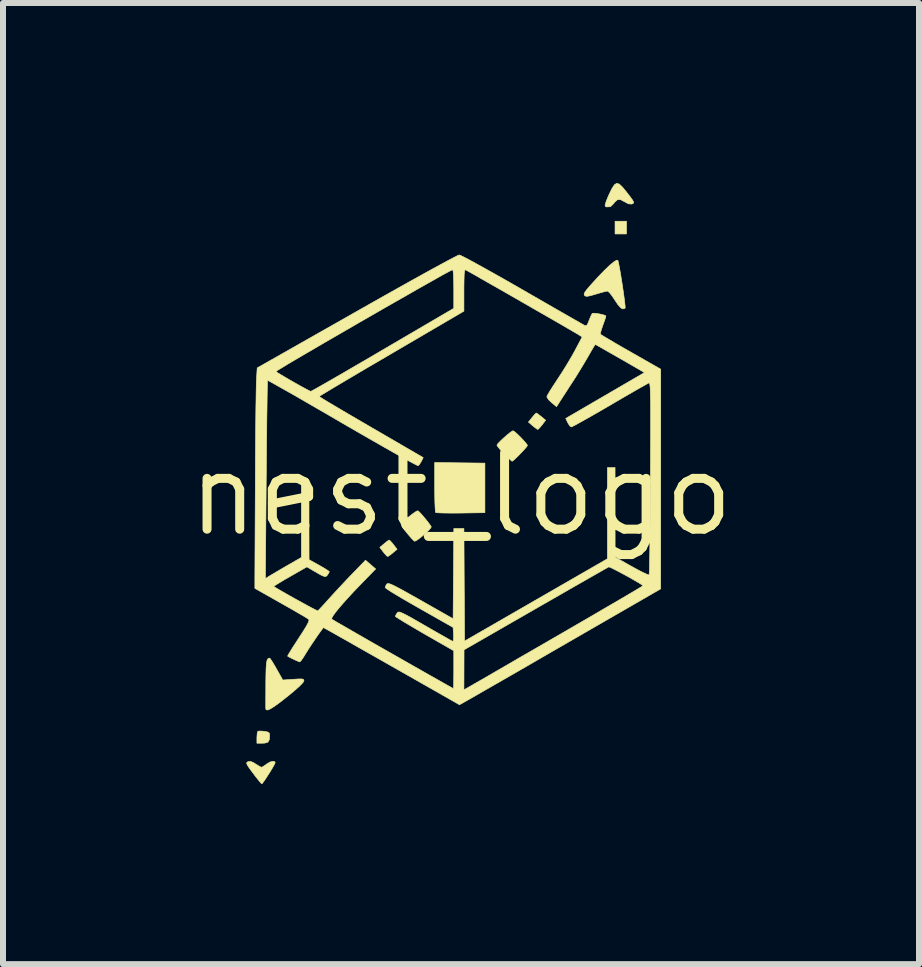
<source format=kicad_pcb>
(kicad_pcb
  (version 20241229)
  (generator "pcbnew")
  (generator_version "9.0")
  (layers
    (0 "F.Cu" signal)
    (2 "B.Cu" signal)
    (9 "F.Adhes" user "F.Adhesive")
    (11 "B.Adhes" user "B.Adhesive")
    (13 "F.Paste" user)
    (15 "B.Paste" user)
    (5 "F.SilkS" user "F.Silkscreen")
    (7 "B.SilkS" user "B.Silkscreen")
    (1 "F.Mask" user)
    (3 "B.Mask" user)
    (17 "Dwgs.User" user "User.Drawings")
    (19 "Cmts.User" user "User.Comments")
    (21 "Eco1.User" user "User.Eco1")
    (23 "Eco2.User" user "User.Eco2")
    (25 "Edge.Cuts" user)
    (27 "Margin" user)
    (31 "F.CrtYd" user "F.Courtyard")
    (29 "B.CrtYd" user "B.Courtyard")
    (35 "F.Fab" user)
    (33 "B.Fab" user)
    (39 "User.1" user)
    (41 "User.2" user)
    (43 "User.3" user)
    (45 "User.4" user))
  (footprint "nest_logo"
    (layer "F.Cu")
    (at 4.634 5.19)
    (property "Reference" "nest_logo" (at 0 0 0) (layer "F.SilkS") (effects (font (size 1.27 1.27) (thickness 0.15))))
    (attr through_hole board_only)
    (fp_poly (pts (xy 2.758 -4.341) (xy 2.567 -4.341) (xy 2.567 -4.553) (xy 2.758 -4.553) (xy 2.758 -4.341)) (stroke (width 0.01) (type solid)) (fill yes) (layer "F.SilkS"))
    (fp_poly (pts (xy -3.301 3.947) (xy -3.279 3.95) (xy -3.223 3.96) (xy -3.197 3.978) (xy -3.19 4.011) (xy -3.19 4.021) (xy -3.196 4.091) (xy -3.219 4.13) (xy -3.268 4.145) (xy -3.309 4.147) (xy -3.402 4.147) (xy -3.402 4.053) (xy -3.398 3.993) (xy -3.39 3.955) (xy -3.385 3.948) (xy -3.355 3.944) (xy -3.301 3.947)) (stroke (width 0.01) (type solid)) (fill yes) (layer "F.SilkS"))
    (fp_poly (pts (xy -1.178 0.776) (xy -1.144 0.814) (xy -1.125 0.838) (xy -1.066 0.915) (xy -1.138 0.975) (xy -1.184 1.012) (xy -1.217 1.033) (xy -1.224 1.035) (xy -1.244 1.02) (xy -1.278 0.981) (xy -1.296 0.959) (xy -1.354 0.883) (xy -1.282 0.823) (xy -1.236 0.785) (xy -1.204 0.763) (xy -1.198 0.761) (xy -1.178 0.776)) (stroke (width 0.01) (type solid)) (fill yes) (layer "F.SilkS"))
    (fp_poly (pts (xy 1.276 -1.344) (xy 1.317 -1.312) (xy 1.338 -1.296) (xy 1.41 -1.236) (xy 1.351 -1.159) (xy 1.313 -1.113) (xy 1.285 -1.086) (xy 1.279 -1.082) (xy 1.256 -1.096) (xy 1.214 -1.128) (xy 1.194 -1.144) (xy 1.123 -1.205) (xy 1.184 -1.281) (xy 1.222 -1.326) (xy 1.249 -1.353) (xy 1.255 -1.356) (xy 1.276 -1.344)) (stroke (width 0.01) (type solid)) (fill yes) (layer "F.SilkS"))
    (fp_poly (pts (xy -0.02 -0.526) (xy 0.398 -0.521) (xy 0.398 0.305) (xy -0.006 0.311) (xy -0.133 0.312) (xy -0.244 0.311) (xy -0.335 0.309) (xy -0.397 0.306) (xy -0.424 0.302) (xy -0.424 0.302) (xy -0.428 0.277) (xy -0.432 0.217) (xy -0.436 0.127) (xy -0.438 0.016) (xy -0.439 -0.11) (xy -0.439 -0.123) (xy -0.439 -0.532) (xy -0.02 -0.526)) (stroke (width 0.01) (type solid)) (fill yes) (layer "F.SilkS"))
    (fp_poly (pts (xy 2.637 -5.172) (xy 2.689 -5.123) (xy 2.758 -5.039) (xy 2.82 -4.959) (xy 2.858 -4.906) (xy 2.876 -4.874) (xy 2.875 -4.855) (xy 2.859 -4.845) (xy 2.844 -4.839) (xy 2.79 -4.843) (xy 2.723 -4.879) (xy 2.658 -4.913) (xy 2.607 -4.911) (xy 2.561 -4.871) (xy 2.538 -4.84) (xy 2.49 -4.795) (xy 2.429 -4.791) (xy 2.405 -4.799) (xy 2.401 -4.823) (xy 2.419 -4.883) (xy 2.457 -4.976) (xy 2.467 -4.998) (xy 2.516 -5.099) (xy 2.557 -5.161) (xy 2.595 -5.185) (xy 2.637 -5.172)) (stroke (width 0.01) (type solid)) (fill yes) (layer "F.SilkS"))
    (fp_poly (pts (xy -0.701 0.288) (xy -0.662 0.328) (xy -0.614 0.384) (xy -0.564 0.445) (xy -0.521 0.502) (xy -0.496 0.54) (xy -0.506 0.561) (xy -0.54 0.599) (xy -0.591 0.648) (xy -0.649 0.698) (xy -0.705 0.742) (xy -0.75 0.772) (xy -0.773 0.781) (xy -0.793 0.766) (xy -0.833 0.724) (xy -0.883 0.665) (xy -0.903 0.641) (xy -0.955 0.576) (xy -0.986 0.531) (xy -0.992 0.497) (xy -0.972 0.462) (xy -0.925 0.419) (xy -0.852 0.359) (xy -0.794 0.315) (xy -0.746 0.283) (xy -0.722 0.273) (xy -0.701 0.288)) (stroke (width 0.01) (type solid)) (fill yes) (layer "F.SilkS"))
    (fp_poly (pts (xy 0.891 -1.046) (xy 0.934 -1.009) (xy 0.986 -0.959) (xy 1.038 -0.904) (xy 1.08 -0.856) (xy 1.104 -0.823) (xy 1.107 -0.816) (xy 1.093 -0.793) (xy 1.057 -0.751) (xy 1.007 -0.698) (xy 0.953 -0.642) (xy 0.903 -0.594) (xy 0.866 -0.561) (xy 0.851 -0.552) (xy 0.833 -0.566) (xy 0.792 -0.604) (xy 0.737 -0.657) (xy 0.72 -0.675) (xy 0.663 -0.734) (xy 0.621 -0.785) (xy 0.6 -0.816) (xy 0.599 -0.821) (xy 0.614 -0.845) (xy 0.653 -0.886) (xy 0.706 -0.936) (xy 0.764 -0.987) (xy 0.817 -1.03) (xy 0.855 -1.056) (xy 0.867 -1.06) (xy 0.891 -1.046)) (stroke (width 0.01) (type solid)) (fill yes) (layer "F.SilkS"))
    (fp_poly (pts (xy -3.104 4.456) (xy -3.098 4.472) (xy -3.109 4.498) (xy -3.137 4.548) (xy -3.175 4.612) (xy -3.219 4.681) (xy -3.261 4.746) (xy -3.296 4.796) (xy -3.317 4.822) (xy -3.32 4.824) (xy -3.338 4.808) (xy -3.374 4.765) (xy -3.424 4.702) (xy -3.464 4.649) (xy -3.522 4.571) (xy -3.557 4.519) (xy -3.572 4.487) (xy -3.571 4.469) (xy -3.556 4.458) (xy -3.551 4.456) (xy -3.512 4.45) (xy -3.462 4.469) (xy -3.424 4.493) (xy -3.371 4.526) (xy -3.334 4.546) (xy -3.325 4.549) (xy -3.301 4.537) (xy -3.257 4.508) (xy -3.239 4.494) (xy -3.184 4.461) (xy -3.135 4.448) (xy -3.104 4.456)) (stroke (width 0.01) (type solid)) (fill yes) (layer "F.SilkS"))
    (fp_poly (pts (xy -3.174 2.746) (xy -3.144 2.792) (xy -3.103 2.86) (xy -3.074 2.911) (xy -2.971 3.094) (xy -2.795 3.082) (xy -2.709 3.076) (xy -2.656 3.076) (xy -2.629 3.082) (xy -2.62 3.096) (xy -2.619 3.108) (xy -2.636 3.138) (xy -2.686 3.19) (xy -2.767 3.263) (xy -2.876 3.354) (xy -2.899 3.372) (xy -3.02 3.467) (xy -3.113 3.534) (xy -3.18 3.576) (xy -3.225 3.594) (xy -3.249 3.589) (xy -3.255 3.57) (xy -3.255 3.541) (xy -3.255 3.477) (xy -3.255 3.385) (xy -3.254 3.273) (xy -3.254 3.152) (xy -3.252 3.007) (xy -3.249 2.899) (xy -3.244 2.823) (xy -3.235 2.773) (xy -3.223 2.745) (xy -3.206 2.731) (xy -3.189 2.729) (xy -3.174 2.746)) (stroke (width 0.01) (type solid)) (fill yes) (layer "F.SilkS"))
    (fp_poly (pts (xy 2.613 -3.902) (xy 2.621 -3.877) (xy 2.633 -3.817) (xy 2.649 -3.732) (xy 2.666 -3.63) (xy 2.684 -3.517) (xy 2.701 -3.404) (xy 2.716 -3.297) (xy 2.728 -3.204) (xy 2.735 -3.134) (xy 2.736 -3.108) (xy 2.719 -3.095) (xy 2.695 -3.092) (xy 2.661 -3.11) (xy 2.614 -3.164) (xy 2.563 -3.24) (xy 2.517 -3.309) (xy 2.476 -3.361) (xy 2.446 -3.387) (xy 2.44 -3.388) (xy 2.406 -3.382) (xy 2.343 -3.366) (xy 2.265 -3.343) (xy 2.245 -3.337) (xy 2.162 -3.313) (xy 2.109 -3.302) (xy 2.078 -3.303) (xy 2.059 -3.315) (xy 2.058 -3.316) (xy 2.051 -3.337) (xy 2.063 -3.368) (xy 2.098 -3.416) (xy 2.16 -3.487) (xy 2.161 -3.489) (xy 2.283 -3.623) (xy 2.389 -3.733) (xy 2.478 -3.818) (xy 2.547 -3.875) (xy 2.593 -3.903) (xy 2.613 -3.902)) (stroke (width 0.01) (type solid)) (fill yes) (layer "F.SilkS"))
    (fp_poly (pts (xy -0.03 -3.991) (xy -0.004 -3.981) (xy 0.056 -3.951) (xy 0.146 -3.904) (xy 0.261 -3.841) (xy 0.399 -3.765) (xy 0.556 -3.677) (xy 0.728 -3.58) (xy 0.912 -3.475) (xy 1.011 -3.418) (xy 1.2 -3.309) (xy 1.379 -3.206) (xy 1.544 -3.111) (xy 1.692 -3.026) (xy 1.82 -2.953) (xy 1.923 -2.894) (xy 1.998 -2.851) (xy 2.042 -2.826) (xy 2.051 -2.821) (xy 2.079 -2.811) (xy 2.099 -2.821) (xy 2.119 -2.86) (xy 2.133 -2.897) (xy 2.158 -2.959) (xy 2.18 -3.004) (xy 2.188 -3.016) (xy 2.214 -3.02) (xy 2.265 -3.015) (xy 2.326 -3.004) (xy 2.381 -2.99) (xy 2.415 -2.975) (xy 2.411 -2.955) (xy 2.395 -2.905) (xy 2.37 -2.837) (xy 2.367 -2.828) (xy 2.342 -2.756) (xy 2.326 -2.7) (xy 2.323 -2.671) (xy 2.323 -2.67) (xy 2.343 -2.656) (xy 2.395 -2.624) (xy 2.475 -2.577) (xy 2.576 -2.517) (xy 2.695 -2.448) (xy 2.827 -2.373) (xy 2.83 -2.371) (xy 3.328 -2.087) (xy 3.328 -0.256) (xy 3.327 1.575) (xy 1.769 2.474) (xy 1.53 2.612) (xy 1.3 2.745) (xy 1.081 2.872) (xy 0.876 2.99) (xy 0.688 3.098) (xy 0.521 3.194) (xy 0.376 3.277) (xy 0.258 3.345) (xy 0.168 3.397) (xy 0.111 3.429) (xy 0.092 3.44) (xy -0.026 3.506) (xy -0.461 3.258) (xy 0.048 3.258) (xy 0.15 3.2) (xy 0.185 3.18) (xy 0.253 3.14) (xy 0.352 3.084) (xy 0.478 3.011) (xy 0.628 2.924) (xy 0.799 2.825) (xy 0.988 2.715) (xy 1.193 2.597) (xy 1.409 2.472) (xy 1.634 2.342) (xy 1.643 2.337) (xy 1.865 2.208) (xy 2.076 2.086) (xy 2.273 1.971) (xy 2.454 1.865) (xy 2.616 1.771) (xy 2.755 1.689) (xy 2.869 1.622) (xy 2.955 1.571) (xy 3.01 1.537) (xy 3.032 1.522) (xy 3.033 1.522) (xy 3.015 1.507) (xy 2.968 1.477) (xy 2.899 1.437) (xy 2.816 1.389) (xy 2.727 1.34) (xy 2.639 1.293) (xy 2.562 1.253) (xy 2.502 1.223) (xy 2.467 1.209) (xy 2.463 1.208) (xy 2.442 1.22) (xy 2.387 1.25) (xy 2.302 1.299) (xy 2.189 1.363) (xy 2.053 1.441) (xy 1.895 1.531) (xy 1.719 1.632) (xy 1.528 1.742) (xy 1.325 1.858) (xy 1.247 1.903) (xy 0.05 2.591) (xy 0.048 3.258) (xy -0.461 3.258) (xy -1.156 2.863) (xy -1.356 2.749) (xy -1.545 2.642) (xy -1.72 2.543) (xy -1.877 2.453) (xy -2.014 2.376) (xy -2.127 2.312) (xy -2.213 2.264) (xy -2.269 2.233) (xy -2.291 2.22) (xy -2.292 2.22) (xy -2.307 2.237) (xy -2.34 2.281) (xy -2.386 2.345) (xy -2.438 2.422) (xy -2.493 2.503) (xy -2.544 2.581) (xy -2.586 2.648) (xy -2.599 2.67) (xy -2.638 2.732) (xy -2.67 2.776) (xy -2.688 2.792) (xy -2.713 2.783) (xy -2.761 2.762) (xy -2.817 2.736) (xy -2.865 2.711) (xy -2.89 2.696) (xy -2.882 2.677) (xy -2.853 2.629) (xy -2.809 2.557) (xy -2.752 2.469) (xy -2.705 2.397) (xy -2.632 2.284) (xy -2.58 2.2) (xy -2.549 2.142) (xy -2.535 2.105) (xy -2.537 2.085) (xy -2.539 2.081) (xy -2.565 2.065) (xy -2.621 2.03) (xy -2.704 1.982) (xy -2.807 1.922) (xy -2.925 1.855) (xy -3.001 1.812) (xy -3.436 1.566) (xy -3.436 1.404) (xy -3.261 1.404) (xy -3.21 1.371) (xy -3.172 1.348) (xy -3.107 1.31) (xy -3.023 1.26) (xy -2.927 1.204) (xy -2.91 1.194) (xy -2.661 1.051) (xy -2.661 -0.171) (xy -2.534 -0.171) (xy -2.534 0.458) (xy -2.533 1.088) (xy -2.364 1.182) (xy -2.29 1.224) (xy -2.233 1.26) (xy -2.2 1.283) (xy -2.195 1.289) (xy -2.207 1.314) (xy -2.225 1.342) (xy -2.242 1.362) (xy -2.262 1.369) (xy -2.292 1.363) (xy -2.34 1.341) (xy -2.413 1.299) (xy -2.462 1.271) (xy -2.569 1.208) (xy -2.849 1.368) (xy -2.945 1.423) (xy -3.026 1.472) (xy -3.085 1.508) (xy -3.118 1.53) (xy -3.122 1.534) (xy -3.097 1.55) (xy -3.044 1.582) (xy -2.968 1.626) (xy -2.877 1.678) (xy -2.778 1.734) (xy -2.677 1.789) (xy -2.581 1.842) (xy -2.498 1.887) (xy -2.434 1.92) (xy -2.396 1.939) (xy -2.388 1.941) (xy -2.368 1.923) (xy -2.328 1.881) (xy -2.272 1.82) (xy -2.223 1.765) (xy -2.153 1.688) (xy -2.064 1.591) (xy -1.965 1.485) (xy -1.866 1.38) (xy -1.833 1.346) (xy -1.592 1.097) (xy -1.507 1.17) (xy -1.423 1.243) (xy -1.657 1.483) (xy -1.793 1.625) (xy -1.911 1.753) (xy -2.008 1.863) (xy -2.083 1.954) (xy -2.133 2.022) (xy -2.156 2.065) (xy -2.155 2.078) (xy -2.135 2.091) (xy -2.082 2.123) (xy -2 2.17) (xy -1.894 2.231) (xy -1.768 2.304) (xy -1.625 2.386) (xy -1.47 2.475) (xy -1.307 2.568) (xy -1.14 2.663) (xy -0.973 2.758) (xy -0.81 2.851) (xy -0.655 2.939) (xy -0.513 3.02) (xy -0.387 3.091) (xy -0.281 3.151) (xy -0.199 3.197) (xy -0.147 3.226) (xy -0.126 3.236) (xy -0.126 3.236) (xy -0.124 3.216) (xy -0.123 3.161) (xy -0.122 3.079) (xy -0.121 2.976) (xy -0.121 2.921) (xy -0.121 2.606) (xy -0.608 2.327) (xy -0.737 2.252) (xy -0.854 2.183) (xy -0.953 2.124) (xy -1.029 2.077) (xy -1.078 2.046) (xy -1.095 2.032) (xy -1.083 2.005) (xy -1.065 1.977) (xy -1.054 1.965) (xy -1.039 1.96) (xy -1.015 1.964) (xy -0.978 1.979) (xy -0.922 2.006) (xy -0.844 2.048) (xy -0.739 2.108) (xy -0.602 2.187) (xy -0.596 2.19) (xy -0.473 2.261) (xy -0.361 2.325) (xy -0.266 2.379) (xy -0.194 2.42) (xy -0.149 2.444) (xy -0.138 2.45) (xy -0.129 2.435) (xy -0.124 2.389) (xy -0.125 2.337) (xy -0.132 2.217) (xy -0.698 1.896) (xy -0.838 1.816) (xy -0.966 1.742) (xy -1.077 1.676) (xy -1.166 1.622) (xy -1.228 1.581) (xy -1.261 1.557) (xy -1.264 1.553) (xy -1.252 1.518) (xy -1.238 1.495) (xy -1.227 1.487) (xy -1.209 1.486) (xy -1.179 1.494) (xy -1.135 1.513) (xy -1.071 1.545) (xy -0.984 1.591) (xy -0.87 1.655) (xy -0.724 1.737) (xy -0.671 1.767) (xy -0.132 2.073) (xy -0.12 0.569) (xy 0.048 0.569) (xy 0.053 1.507) (xy 0.059 2.445) (xy 2.44 1.073) (xy 2.44 -0.447) (xy 2.567 -0.447) (xy 2.568 1.046) (xy 2.844 1.201) (xy 2.942 1.255) (xy 3.026 1.298) (xy 3.09 1.328) (xy 3.128 1.342) (xy 3.135 1.342) (xy 3.137 1.319) (xy 3.14 1.257) (xy 3.142 1.16) (xy 3.145 1.029) (xy 3.147 0.87) (xy 3.149 0.685) (xy 3.152 0.477) (xy 3.154 0.25) (xy 3.155 0.008) (xy 3.157 -0.248) (xy 3.157 -0.272) (xy 3.158 -0.572) (xy 3.159 -0.832) (xy 3.16 -1.056) (xy 3.16 -1.245) (xy 3.16 -1.403) (xy 3.159 -1.532) (xy 3.157 -1.635) (xy 3.155 -1.715) (xy 3.153 -1.774) (xy 3.149 -1.816) (xy 3.145 -1.842) (xy 3.14 -1.855) (xy 3.134 -1.859) (xy 3.132 -1.859) (xy 3.107 -1.845) (xy 3.049 -1.813) (xy 2.964 -1.765) (xy 2.856 -1.703) (xy 2.73 -1.63) (xy 2.589 -1.548) (xy 2.482 -1.485) (xy 2.334 -1.399) (xy 2.198 -1.321) (xy 2.077 -1.252) (xy 1.976 -1.196) (xy 1.9 -1.154) (xy 1.852 -1.13) (xy 1.838 -1.124) (xy 1.813 -1.141) (xy 1.785 -1.184) (xy 1.779 -1.195) (xy 1.745 -1.266) (xy 2.401 -1.648) (xy 3.057 -2.03) (xy 2.966 -2.084) (xy 2.837 -2.158) (xy 2.709 -2.232) (xy 2.586 -2.302) (xy 2.474 -2.366) (xy 2.378 -2.421) (xy 2.303 -2.464) (xy 2.254 -2.491) (xy 2.237 -2.5) (xy 2.225 -2.483) (xy 2.197 -2.436) (xy 2.157 -2.368) (xy 2.121 -2.304) (xy 2.06 -2.2) (xy 1.987 -2.079) (xy 1.913 -1.959) (xy 1.873 -1.897) (xy 1.81 -1.8) (xy 1.748 -1.704) (xy 1.694 -1.621) (xy 1.663 -1.573) (xy 1.592 -1.462) (xy 1.508 -1.531) (xy 1.458 -1.579) (xy 1.433 -1.62) (xy 1.431 -1.633) (xy 1.446 -1.662) (xy 1.479 -1.719) (xy 1.528 -1.796) (xy 1.587 -1.886) (xy 1.613 -1.926) (xy 1.689 -2.042) (xy 1.768 -2.17) (xy 1.842 -2.295) (xy 1.901 -2.4) (xy 1.903 -2.405) (xy 2.019 -2.624) (xy 1.97 -2.655) (xy 1.938 -2.675) (xy 1.874 -2.712) (xy 1.783 -2.765) (xy 1.67 -2.831) (xy 1.538 -2.907) (xy 1.392 -2.991) (xy 1.236 -3.08) (xy 1.075 -3.173) (xy 0.913 -3.266) (xy 0.753 -3.358) (xy 0.601 -3.445) (xy 0.46 -3.525) (xy 0.334 -3.597) (xy 0.229 -3.657) (xy 0.148 -3.703) (xy 0.095 -3.732) (xy 0.075 -3.743) (xy 0.065 -3.738) (xy 0.057 -3.712) (xy 0.052 -3.659) (xy 0.05 -3.574) (xy 0.048 -3.454) (xy 0.048 -3.404) (xy 0.048 -3.054) (xy -1.158 -2.348) (xy -1.364 -2.227) (xy -1.56 -2.113) (xy -1.741 -2.006) (xy -1.905 -1.909) (xy -2.048 -1.824) (xy -2.169 -1.752) (xy -2.263 -1.695) (xy -2.328 -1.656) (xy -2.361 -1.635) (xy -2.364 -1.632) (xy -2.347 -1.62) (xy -2.296 -1.588) (xy -2.216 -1.539) (xy -2.109 -1.476) (xy -1.981 -1.4) (xy -1.833 -1.313) (xy -1.67 -1.218) (xy -1.497 -1.117) (xy -0.63 -0.613) (xy -0.661 -0.552) (xy -0.689 -0.506) (xy -0.714 -0.478) (xy -0.714 -0.478) (xy -0.735 -0.486) (xy -0.79 -0.514) (xy -0.876 -0.56) (xy -0.988 -0.622) (xy -1.126 -0.699) (xy -1.284 -0.789) (xy -1.461 -0.89) (xy -1.653 -1) (xy -1.857 -1.118) (xy -1.976 -1.187) (xy -2.185 -1.309) (xy -2.384 -1.424) (xy -2.569 -1.531) (xy -2.736 -1.628) (xy -2.884 -1.712) (xy -3.01 -1.783) (xy -3.109 -1.839) (xy -3.179 -1.878) (xy -3.218 -1.899) (xy -3.224 -1.901) (xy -3.226 -1.879) (xy -3.228 -1.818) (xy -3.23 -1.721) (xy -3.232 -1.591) (xy -3.234 -1.432) (xy -3.237 -1.247) (xy -3.239 -1.039) (xy -3.242 -0.811) (xy -3.244 -0.567) (xy -3.246 -0.31) (xy -3.247 -0.244) (xy -3.261 1.404) (xy -3.436 1.404) (xy -3.429 -0.059) (xy -3.428 -0.324) (xy -3.427 -0.581) (xy -3.425 -0.826) (xy -3.423 -1.056) (xy -3.421 -1.266) (xy -3.419 -1.453) (xy -3.416 -1.614) (xy -3.414 -1.744) (xy -3.412 -1.839) (xy -3.41 -1.895) (xy -3.41 -1.897) (xy -3.401 -2.048) (xy -3.085 -2.048) (xy -3.059 -2.029) (xy -3.005 -1.996) (xy -2.931 -1.952) (xy -2.845 -1.902) (xy -2.754 -1.85) (xy -2.667 -1.801) (xy -2.591 -1.76) (xy -2.535 -1.73) (xy -2.506 -1.717) (xy -2.504 -1.717) (xy -2.483 -1.727) (xy -2.429 -1.757) (xy -2.344 -1.805) (xy -2.232 -1.869) (xy -2.096 -1.947) (xy -1.939 -2.038) (xy -1.764 -2.14) (xy -1.574 -2.25) (xy -1.373 -2.368) (xy -1.303 -2.409) (xy -0.121 -3.101) (xy -0.121 -3.426) (xy -0.122 -3.552) (xy -0.126 -3.649) (xy -0.131 -3.715) (xy -0.139 -3.744) (xy -0.141 -3.745) (xy -0.172 -3.73) (xy -0.234 -3.697) (xy -0.326 -3.647) (xy -0.442 -3.581) (xy -0.581 -3.503) (xy -0.739 -3.414) (xy -0.911 -3.315) (xy -1.096 -3.21) (xy -1.29 -3.099) (xy -1.489 -2.984) (xy -1.69 -2.869) (xy -1.889 -2.753) (xy -2.085 -2.64) (xy -2.272 -2.532) (xy -2.447 -2.429) (xy -2.609 -2.335) (xy -2.752 -2.251) (xy -2.874 -2.179) (xy -2.971 -2.12) (xy -3.041 -2.078) (xy -3.079 -2.053) (xy -3.085 -2.048) (xy -3.401 -2.048) (xy -3.397 -2.108) (xy -1.737 -3.05) (xy -1.492 -3.189) (xy -1.258 -3.321) (xy -1.035 -3.446) (xy -0.828 -3.562) (xy -0.639 -3.667) (xy -0.47 -3.76) (xy -0.325 -3.839) (xy -0.206 -3.903) (xy -0.115 -3.951) (xy -0.056 -3.981) (xy -0.03 -3.991) (xy -0.03 -3.991)) (stroke (width 0.01) (type solid)) (fill yes) (layer "F.SilkS")))
  (gr_rect
    (start -3 -3)
    (end 12.267 13.019)
    (stroke (width 0.1) (type default))
    (fill no)
    (layer "Edge.Cuts")))
</source>
